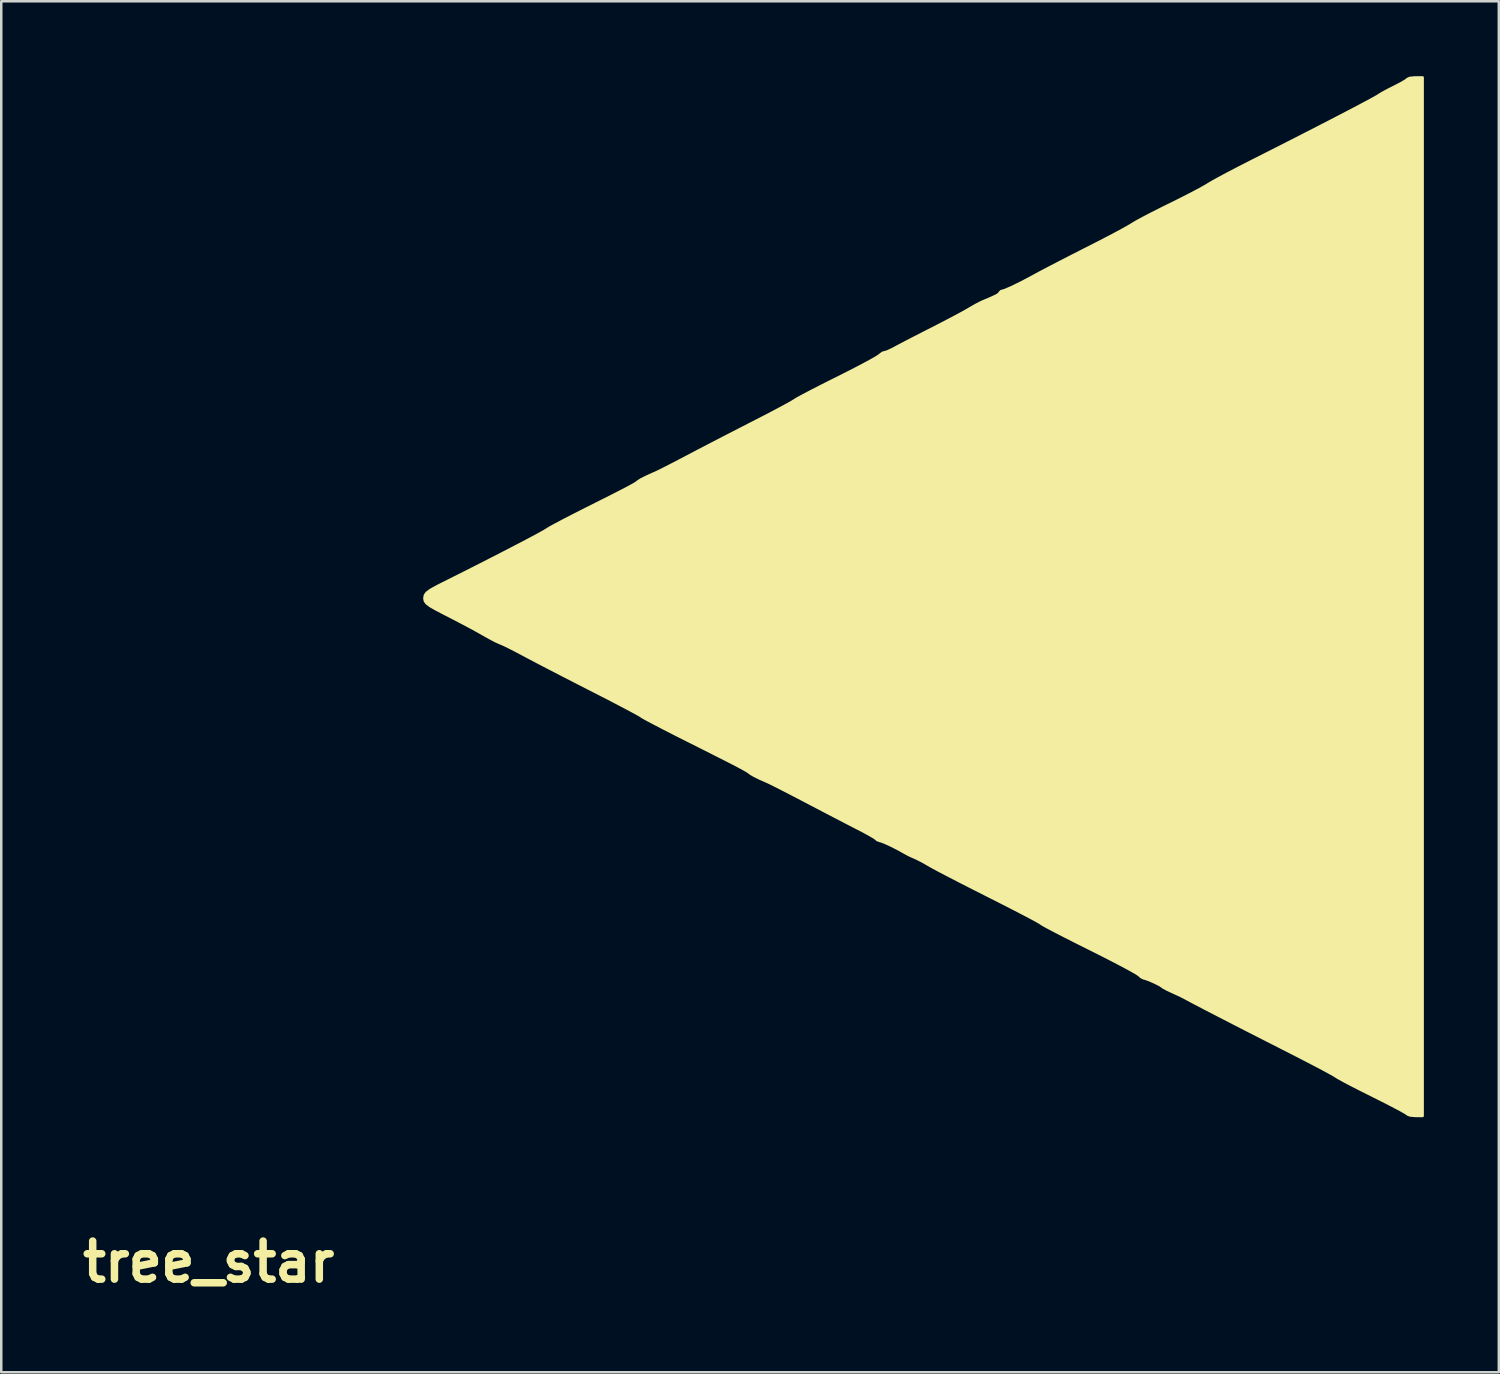
<source format=kicad_pcb>
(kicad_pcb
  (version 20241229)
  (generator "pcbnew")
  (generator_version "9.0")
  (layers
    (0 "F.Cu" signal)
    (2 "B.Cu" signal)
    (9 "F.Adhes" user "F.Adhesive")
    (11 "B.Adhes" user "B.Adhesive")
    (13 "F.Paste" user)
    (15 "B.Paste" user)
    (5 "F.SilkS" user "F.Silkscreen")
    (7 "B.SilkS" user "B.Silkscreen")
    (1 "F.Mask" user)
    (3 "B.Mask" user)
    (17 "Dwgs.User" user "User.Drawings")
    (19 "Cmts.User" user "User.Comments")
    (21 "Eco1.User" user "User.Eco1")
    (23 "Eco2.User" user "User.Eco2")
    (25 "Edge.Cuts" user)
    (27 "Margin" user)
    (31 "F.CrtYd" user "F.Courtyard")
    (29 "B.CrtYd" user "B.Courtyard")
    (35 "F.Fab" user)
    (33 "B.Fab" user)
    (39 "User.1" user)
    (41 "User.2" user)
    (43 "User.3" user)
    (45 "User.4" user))
  (footprint "youtubeplay_silk"
    (layer "F.Cu")
    (at 33.917 20.793)
    (property "Reference" "youtubeplay_silk" (at 0 0 0) (layer "F.SilkS") (effects (font (size 1.524 1.524) (thickness 0.3))))
    (attr through_hole)
    (fp_poly (pts (xy 19.981 20.828) (xy 19.692 20.828) (xy 19.49 20.811) (xy 19.379 20.77) (xy 19.375 20.763) (xy 19.293 20.707) (xy 19.084 20.589) (xy 18.772 20.424) (xy 18.383 20.224) (xy 17.992 20.029) (xy 17.545 19.805) (xy 17.145 19.601) (xy 16.82 19.43) (xy 16.596 19.306) (xy 16.506 19.249) (xy 16.397 19.182) (xy 16.158 19.05) (xy 15.813 18.866) (xy 15.382 18.641) (xy 14.888 18.387) (xy 14.474 18.175) (xy 13.763 17.814) (xy 13.071 17.461) (xy 12.417 17.126) (xy 11.821 16.819) (xy 11.304 16.552) (xy 10.884 16.333) (xy 10.583 16.173) (xy 10.456 16.104) (xy 10.271 16.01) (xy 10.019 15.894) (xy 9.948 15.862) (xy 9.732 15.761) (xy 9.59 15.681) (xy 9.567 15.663) (xy 9.459 15.59) (xy 9.26 15.49) (xy 9.04 15.393) (xy 8.868 15.332) (xy 8.824 15.325) (xy 8.706 15.266) (xy 8.639 15.201) (xy 8.537 15.13) (xy 8.305 14.997) (xy 7.964 14.813) (xy 7.537 14.59) (xy 7.046 14.339) (xy 6.64 14.136) (xy 6.118 13.875) (xy 5.648 13.637) (xy 5.251 13.432) (xy 4.947 13.272) (xy 4.757 13.166) (xy 4.703 13.129) (xy 4.619 13.075) (xy 4.404 12.956) (xy 4.077 12.783) (xy 3.659 12.566) (xy 3.169 12.315) (xy 2.627 12.041) (xy 2.606 12.03) (xy 2.044 11.746) (xy 1.514 11.476) (xy 1.042 11.232) (xy 0.65 11.028) (xy 0.364 10.874) (xy 0.212 10.788) (xy -0.044 10.641) (xy -0.278 10.523) (xy -0.339 10.497) (xy -0.572 10.392) (xy -0.72 10.313) (xy -0.998 10.157) (xy -1.289 10.009) (xy -1.543 9.892) (xy -1.716 9.827) (xy -1.75 9.822) (xy -1.865 9.776) (xy -1.877 9.758) (xy -1.96 9.694) (xy -2.16 9.576) (xy -2.443 9.422) (xy -2.625 9.328) (xy -2.948 9.162) (xy -3.378 8.939) (xy -3.87 8.683) (xy -4.381 8.416) (xy -4.699 8.249) (xy -5.149 8.014) (xy -5.561 7.801) (xy -5.904 7.626) (xy -6.152 7.503) (xy -6.265 7.45) (xy -6.537 7.331) (xy -6.774 7.214) (xy -6.924 7.127) (xy -6.943 7.112) (xy -6.994 7.071) (xy -7.088 7.011) (xy -7.241 6.925) (xy -7.469 6.803) (xy -7.787 6.639) (xy -8.213 6.423) (xy -8.761 6.146) (xy -9.293 5.879) (xy -9.824 5.612) (xy -10.303 5.367) (xy -10.711 5.156) (xy -11.026 4.99) (xy -11.229 4.879) (xy -11.298 4.834) (xy -11.38 4.782) (xy -11.593 4.664) (xy -11.915 4.492) (xy -12.327 4.276) (xy -12.806 4.028) (xy -13.223 3.815) (xy -13.795 3.523) (xy -14.364 3.231) (xy -14.898 2.955) (xy -15.365 2.713) (xy -15.73 2.521) (xy -15.875 2.444) (xy -16.221 2.26) (xy -16.532 2.099) (xy -16.765 1.984) (xy -16.849 1.946) (xy -17.017 1.875) (xy -17.154 1.811) (xy -17.31 1.729) (xy -17.533 1.605) (xy -17.738 1.489) (xy -18.032 1.326) (xy -18.42 1.119) (xy -18.842 0.899) (xy -19.113 0.76) (xy -19.491 0.564) (xy -19.74 0.422) (xy -19.887 0.313) (xy -19.958 0.217) (xy -19.977 0.116) (xy -19.976 0.096) (xy -19.956 -0.018) (xy -19.882 -0.12) (xy -19.726 -0.234) (xy -19.459 -0.381) (xy -19.236 -0.494) (xy -18.57 -0.827) (xy -17.913 -1.159) (xy -17.281 -1.481) (xy -16.695 -1.782) (xy -16.171 -2.054) (xy -15.729 -2.286) (xy -15.387 -2.47) (xy -15.163 -2.595) (xy -15.081 -2.647) (xy -14.966 -2.718) (xy -14.724 -2.851) (xy -14.38 -3.033) (xy -13.96 -3.249) (xy -13.488 -3.488) (xy -13.377 -3.544) (xy -12.783 -3.842) (xy -12.322 -4.075) (xy -11.979 -4.251) (xy -11.735 -4.381) (xy -11.572 -4.472) (xy -11.475 -4.535) (xy -11.43 -4.572) (xy -11.315 -4.646) (xy -11.096 -4.757) (xy -10.827 -4.879) (xy -10.753 -4.91) (xy -10.603 -4.981) (xy -10.338 -5.114) (xy -9.99 -5.292) (xy -9.591 -5.5) (xy -9.44 -5.58) (xy -8.993 -5.815) (xy -8.445 -6.1) (xy -7.847 -6.409) (xy -7.25 -6.716) (xy -6.818 -6.937) (xy -6.347 -7.179) (xy -5.921 -7.402) (xy -5.568 -7.591) (xy -5.311 -7.733) (xy -5.176 -7.815) (xy -5.167 -7.821) (xy -5.055 -7.89) (xy -4.815 -8.021) (xy -4.472 -8.201) (xy -4.052 -8.416) (xy -3.579 -8.654) (xy -3.451 -8.717) (xy -2.971 -8.959) (xy -2.54 -9.182) (xy -2.182 -9.373) (xy -1.921 -9.52) (xy -1.782 -9.608) (xy -1.769 -9.621) (xy -1.636 -9.721) (xy -1.576 -9.737) (xy -1.444 -9.775) (xy -1.24 -9.871) (xy -1.184 -9.901) (xy -1.005 -9.997) (xy -0.71 -10.152) (xy -0.334 -10.346) (xy 0.09 -10.563) (xy 0.296 -10.668) (xy 0.735 -10.893) (xy 1.148 -11.109) (xy 1.498 -11.296) (xy 1.749 -11.436) (xy 1.82 -11.478) (xy 2.076 -11.626) (xy 2.31 -11.747) (xy 2.371 -11.774) (xy 2.71 -11.918) (xy 2.918 -12.016) (xy 3.022 -12.082) (xy 3.048 -12.128) (xy 3.111 -12.191) (xy 3.122 -12.192) (xy 3.258 -12.231) (xy 3.508 -12.339) (xy 3.837 -12.498) (xy 4.214 -12.694) (xy 4.445 -12.82) (xy 4.68 -12.947) (xy 5.033 -13.133) (xy 5.472 -13.36) (xy 5.963 -13.612) (xy 6.473 -13.872) (xy 6.519 -13.895) (xy 7.008 -14.144) (xy 7.461 -14.379) (xy 7.849 -14.585) (xy 8.145 -14.748) (xy 8.322 -14.852) (xy 8.34 -14.864) (xy 8.501 -14.961) (xy 8.783 -15.115) (xy 9.153 -15.308) (xy 9.58 -15.523) (xy 9.864 -15.663) (xy 10.309 -15.884) (xy 10.718 -16.093) (xy 11.06 -16.274) (xy 11.301 -16.409) (xy 11.388 -16.463) (xy 11.54 -16.555) (xy 11.816 -16.708) (xy 12.189 -16.907) (xy 12.632 -17.138) (xy 13.116 -17.385) (xy 13.208 -17.432) (xy 13.962 -17.813) (xy 14.702 -18.189) (xy 15.412 -18.552) (xy 16.078 -18.894) (xy 16.682 -19.207) (xy 17.208 -19.481) (xy 17.641 -19.71) (xy 17.965 -19.884) (xy 18.164 -19.996) (xy 18.217 -20.03) (xy 18.349 -20.113) (xy 18.581 -20.239) (xy 18.838 -20.368) (xy 19.1 -20.503) (xy 19.294 -20.616) (xy 19.375 -20.68) (xy 19.469 -20.723) (xy 19.664 -20.743) (xy 19.692 -20.743) (xy 19.981 -20.743) (xy 19.981 0.042) (xy 19.981 20.828)) (stroke (width 0.1) (type solid)) (fill yes) (layer "F.SilkS")))
  (footprint "tree_star"
    (layer "F.Cu")
    (at 5.305 47.465)
    (property "Reference" "tree_star" (at 0 0 0) (layer "F.SilkS") (effects (font (size 1.524 1.524) (thickness 0.3))))
    (attr through_hole)
    (fp_poly (pts (xy 0.389 -47.454) (xy 0.525 -47.423) (xy 0.603 -47.35) (xy 0.641 -47.277) (xy 0.706 -47.094) (xy 0.729 -46.968) (xy 0.767 -46.834) (xy 0.86 -46.641) (xy 0.91 -46.555) (xy 1.036 -46.335) (xy 1.138 -46.135) (xy 1.16 -46.083) (xy 1.244 -45.902) (xy 1.307 -45.793) (xy 1.4 -45.637) (xy 1.429 -45.579) (xy 1.514 -45.464) (xy 1.682 -45.283) (xy 1.907 -45.062) (xy 2.16 -44.829) (xy 2.414 -44.61) (xy 2.431 -44.596) (xy 2.662 -44.434) (xy 2.954 -44.264) (xy 3.157 -44.164) (xy 3.402 -44.053) (xy 3.606 -43.957) (xy 3.713 -43.904) (xy 3.833 -43.87) (xy 4.062 -43.83) (xy 4.362 -43.788) (xy 4.603 -43.761) (xy 4.931 -43.725) (xy 5.211 -43.689) (xy 5.409 -43.658) (xy 5.48 -43.641) (xy 5.56 -43.573) (xy 5.58 -43.438) (xy 5.539 -43.215) (xy 5.435 -42.884) (xy 5.433 -42.878) (xy 5.312 -42.588) (xy 5.152 -42.341) (xy 4.915 -42.082) (xy 4.856 -42.025) (xy 4.544 -41.733) (xy 4.27 -41.493) (xy 4.054 -41.321) (xy 3.914 -41.23) (xy 3.881 -41.221) (xy 3.794 -41.168) (xy 3.655 -41.034) (xy 3.497 -40.853) (xy 3.381 -40.699) (xy 3.315 -40.523) (xy 3.276 -40.252) (xy 3.265 -39.933) (xy 3.282 -39.613) (xy 3.328 -39.341) (xy 3.362 -39.236) (xy 3.554 -38.713) (xy 3.663 -38.235) (xy 3.701 -37.738) (xy 3.701 -37.665) (xy 3.701 -37.069) (xy 3.393 -37.1) (xy 3.133 -37.105) (xy 2.886 -37.077) (xy 2.848 -37.068) (xy 2.683 -37.002) (xy 2.62 -36.893) (xy 2.613 -36.79) (xy 2.58 -36.62) (xy 2.504 -36.576) (xy 2.407 -36.611) (xy 2.395 -36.641) (xy 2.333 -36.705) (xy 2.213 -36.751) (xy 2.078 -36.807) (xy 2.032 -36.862) (xy 1.97 -36.922) (xy 1.82 -36.974) (xy 1.655 -37.039) (xy 1.569 -37.125) (xy 1.47 -37.218) (xy 1.417 -37.229) (xy 1.319 -37.263) (xy 1.306 -37.292) (xy 1.243 -37.347) (xy 1.082 -37.415) (xy 0.98 -37.447) (xy 0.787 -37.512) (xy 0.67 -37.573) (xy 0.653 -37.596) (xy 0.591 -37.65) (xy 0.44 -37.7) (xy 0.435 -37.701) (xy 0.283 -37.754) (xy 0.218 -37.814) (xy 0.218 -37.815) (xy 0.159 -37.875) (xy 0.109 -37.882) (xy 0.012 -37.848) (xy 0 -37.818) (xy -0.065 -37.775) (xy -0.234 -37.73) (xy -0.399 -37.704) (xy -0.617 -37.668) (xy -0.762 -37.628) (xy -0.798 -37.601) (xy -0.859 -37.545) (xy -1.011 -37.473) (xy -1.052 -37.457) (xy -1.217 -37.382) (xy -1.303 -37.314) (xy -1.306 -37.303) (xy -1.369 -37.246) (xy -1.52 -37.194) (xy -1.524 -37.193) (xy -1.676 -37.14) (xy -1.742 -37.08) (xy -1.742 -37.078) (xy -1.8 -37.018) (xy -1.847 -37.011) (xy -1.975 -36.956) (xy -2.01 -36.914) (xy -2.117 -36.834) (xy -2.297 -36.772) (xy -2.312 -36.769) (xy -2.5 -36.755) (xy -2.629 -36.824) (xy -2.698 -36.903) (xy -2.89 -37.053) (xy -3.075 -37.084) (xy -3.309 -37.084) (xy -3.317 -37.853) (xy -3.367 -38.756) (xy -3.495 -39.553) (xy -3.589 -39.914) (xy -3.663 -40.178) (xy -3.724 -40.435) (xy -3.737 -40.495) (xy -3.781 -40.624) (xy -3.88 -40.859) (xy -4.022 -41.176) (xy -4.196 -41.551) (xy -4.392 -41.961) (xy -4.596 -42.383) (xy -4.8 -42.791) (xy -4.99 -43.164) (xy -5.141 -43.448) (xy -5.2 -43.589) (xy -5.201 -43.664) (xy -5.116 -43.689) (xy -4.925 -43.724) (xy -4.664 -43.762) (xy -4.596 -43.77) (xy -4.297 -43.823) (xy -3.957 -43.91) (xy -3.609 -44.018) (xy -3.286 -44.136) (xy -3.021 -44.252) (xy -2.849 -44.354) (xy -2.809 -44.396) (xy -2.694 -44.479) (xy -2.648 -44.486) (xy -2.534 -44.531) (xy -2.368 -44.645) (xy -2.297 -44.704) (xy -2.134 -44.835) (xy -2.012 -44.913) (xy -1.983 -44.922) (xy -1.878 -44.979) (xy -1.714 -45.136) (xy -1.511 -45.368) (xy -1.286 -45.65) (xy -1.057 -45.96) (xy -0.844 -46.272) (xy -0.665 -46.563) (xy -0.538 -46.809) (xy -0.479 -46.944) (xy -0.393 -47.14) (xy -0.372 -47.188) (xy -0.297 -47.342) (xy -0.216 -47.422) (xy -0.083 -47.454) (xy 0.15 -47.46) (xy 0.152 -47.46) (xy 0.389 -47.454)) (stroke (width 0.01) (type solid)) (fill yes) (layer "F.Mask")))
  (gr_rect
    (start -3 -3)
    (end 56.948 51.883)
    (stroke (width 0.1) (type default))
    (fill no)
    (layer "Edge.Cuts")))
</source>
